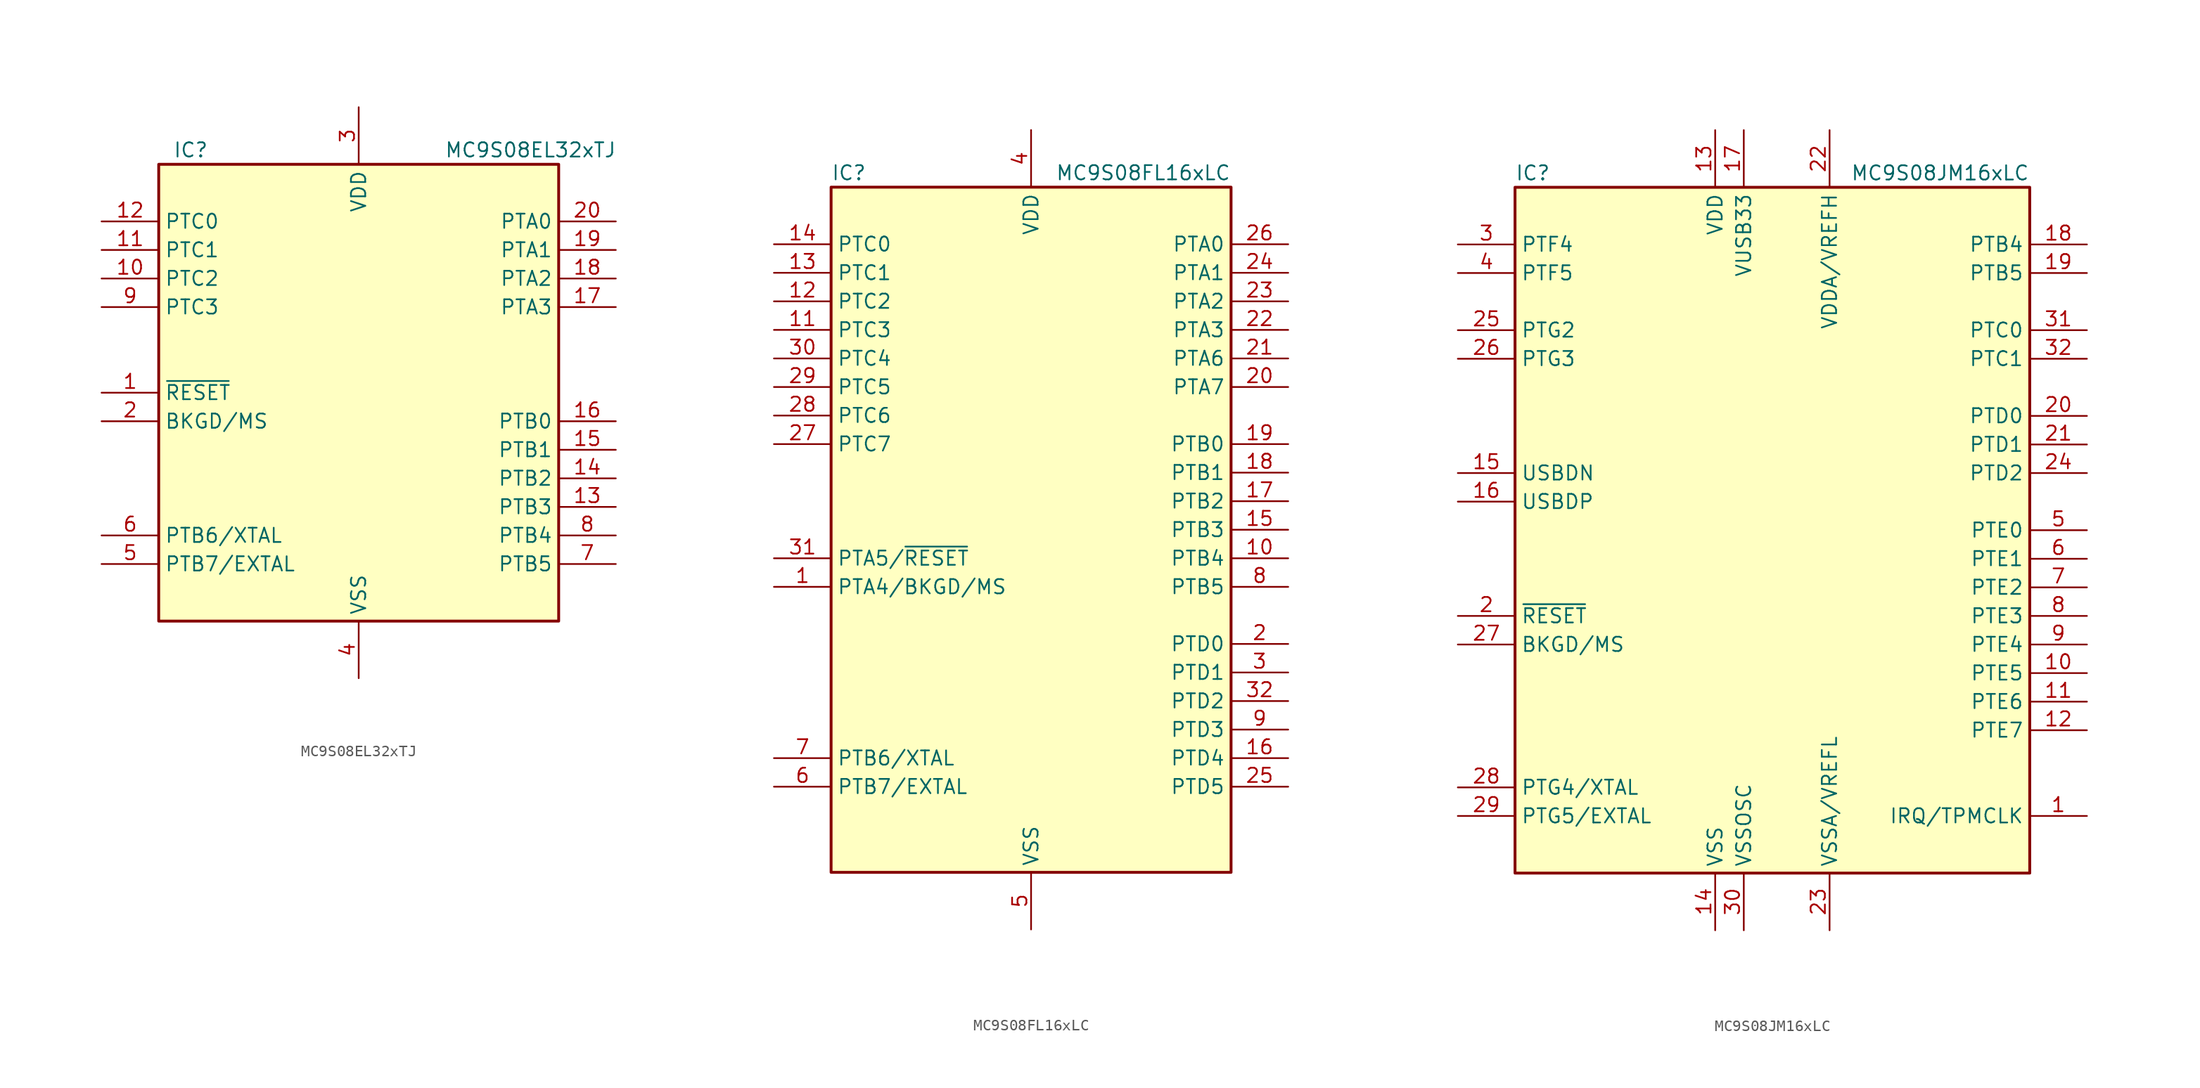
<source format=kicad_sym>
(kicad_symbol_lib
  (version 20241209)
  (generator "kicad_symbol_editor")
  (generator_version "9.0")
  (symbol "MC9S08EL32xTJ"
    (property "Reference" "IC"
      (at -16.51 21.59 0)
      (effects (font (size 1.27 1.27)) (justify left)))
    (property "Value" "MC9S08EL32xTJ"
      (at 7.62 21.59 0)
      (effects (font (size 1.27 1.27)) (justify left)))
    (symbol "MC9S08EL32xTJ_0_1"
      (rectangle (start -17.78 20.32) (end 17.78 -20.32) (stroke (width 0.254) (type default)) (fill (type background))))
    (symbol "MC9S08EL32xTJ_1_1"
      (pin bidirectional line (at -22.86 15.24 0) (length 5.08) (name "PTC0" (effects (font (size 1.27 1.27)))) (number "12" (effects (font (size 1.27 1.27)))))
      (pin bidirectional line (at -22.86 12.7 0) (length 5.08) (name "PTC1" (effects (font (size 1.27 1.27)))) (number "11" (effects (font (size 1.27 1.27)))))
      (pin bidirectional line (at -22.86 10.16 0) (length 5.08) (name "PTC2" (effects (font (size 1.27 1.27)))) (number "10" (effects (font (size 1.27 1.27)))))
      (pin bidirectional line (at -22.86 7.62 0) (length 5.08) (name "PTC3" (effects (font (size 1.27 1.27)))) (number "9" (effects (font (size 1.27 1.27)))))
      (pin input line (at -22.86 0 0) (length 5.08) (name "~{RESET}" (effects (font (size 1.27 1.27)))) (number "1" (effects (font (size 1.27 1.27)))))
      (pin bidirectional line (at -22.86 -2.54 0) (length 5.08) (name "BKGD/MS" (effects (font (size 1.27 1.27)))) (number "2" (effects (font (size 1.27 1.27)))))
      (pin bidirectional line (at -22.86 -12.7 0) (length 5.08) (name "PTB6/XTAL" (effects (font (size 1.27 1.27)))) (number "6" (effects (font (size 1.27 1.27)))))
      (pin bidirectional line (at -22.86 -15.24 0) (length 5.08) (name "PTB7/EXTAL" (effects (font (size 1.27 1.27)))) (number "5" (effects (font (size 1.27 1.27)))))
      (pin power_in line (at 0 25.4 270) (length 5.08) (name "VDD" (effects (font (size 1.27 1.27)))) (number "3" (effects (font (size 1.27 1.27)))))
      (pin power_in line (at 0 -25.4 90) (length 5.08) (name "VSS" (effects (font (size 1.27 1.27)))) (number "4" (effects (font (size 1.27 1.27)))))
      (pin bidirectional line (at 22.86 15.24 180) (length 5.08) (name "PTA0" (effects (font (size 1.27 1.27)))) (number "20" (effects (font (size 1.27 1.27)))))
      (pin bidirectional line (at 22.86 12.7 180) (length 5.08) (name "PTA1" (effects (font (size 1.27 1.27)))) (number "19" (effects (font (size 1.27 1.27)))))
      (pin bidirectional line (at 22.86 10.16 180) (length 5.08) (name "PTA2" (effects (font (size 1.27 1.27)))) (number "18" (effects (font (size 1.27 1.27)))))
      (pin bidirectional line (at 22.86 7.62 180) (length 5.08) (name "PTA3" (effects (font (size 1.27 1.27)))) (number "17" (effects (font (size 1.27 1.27)))))
      (pin bidirectional line (at 22.86 -2.54 180) (length 5.08) (name "PTB0" (effects (font (size 1.27 1.27)))) (number "16" (effects (font (size 1.27 1.27)))))
      (pin bidirectional line (at 22.86 -5.08 180) (length 5.08) (name "PTB1" (effects (font (size 1.27 1.27)))) (number "15" (effects (font (size 1.27 1.27)))))
      (pin bidirectional line (at 22.86 -7.62 180) (length 5.08) (name "PTB2" (effects (font (size 1.27 1.27)))) (number "14" (effects (font (size 1.27 1.27)))))
      (pin bidirectional line (at 22.86 -10.16 180) (length 5.08) (name "PTB3" (effects (font (size 1.27 1.27)))) (number "13" (effects (font (size 1.27 1.27)))))
      (pin bidirectional line (at 22.86 -12.7 180) (length 5.08) (name "PTB4" (effects (font (size 1.27 1.27)))) (number "8" (effects (font (size 1.27 1.27)))))
      (pin bidirectional line (at 22.86 -15.24 180) (length 5.08) (name "PTB5" (effects (font (size 1.27 1.27)))) (number "7" (effects (font (size 1.27 1.27)))))))
  (symbol "MC9S08FL16xLC"
    (property "Reference" "IC"
      (at -17.78 31.75 0)
      (effects (font (size 1.27 1.27)) (justify left)))
    (property "Value" "MC9S08FL16xLC"
      (at 17.78 31.75 0)
      (effects (font (size 1.27 1.27)) (justify right)))
    (symbol "MC9S08FL16xLC_0_1"
      (rectangle (start -17.78 30.48) (end 17.78 -30.48) (stroke (width 0.254) (type default)) (fill (type background))))
    (symbol "MC9S08FL16xLC_1_1"
      (pin bidirectional line (at -22.86 25.4 0) (length 5.08) (name "PTC0" (effects (font (size 1.27 1.27)))) (number "14" (effects (font (size 1.27 1.27)))))
      (pin bidirectional line (at -22.86 22.86 0) (length 5.08) (name "PTC1" (effects (font (size 1.27 1.27)))) (number "13" (effects (font (size 1.27 1.27)))))
      (pin bidirectional line (at -22.86 20.32 0) (length 5.08) (name "PTC2" (effects (font (size 1.27 1.27)))) (number "12" (effects (font (size 1.27 1.27)))))
      (pin bidirectional line (at -22.86 17.78 0) (length 5.08) (name "PTC3" (effects (font (size 1.27 1.27)))) (number "11" (effects (font (size 1.27 1.27)))))
      (pin bidirectional line (at -22.86 15.24 0) (length 5.08) (name "PTC4" (effects (font (size 1.27 1.27)))) (number "30" (effects (font (size 1.27 1.27)))))
      (pin bidirectional line (at -22.86 12.7 0) (length 5.08) (name "PTC5" (effects (font (size 1.27 1.27)))) (number "29" (effects (font (size 1.27 1.27)))))
      (pin bidirectional line (at -22.86 10.16 0) (length 5.08) (name "PTC6" (effects (font (size 1.27 1.27)))) (number "28" (effects (font (size 1.27 1.27)))))
      (pin bidirectional line (at -22.86 7.62 0) (length 5.08) (name "PTC7" (effects (font (size 1.27 1.27)))) (number "27" (effects (font (size 1.27 1.27)))))
      (pin bidirectional line (at -22.86 -2.54 0) (length 5.08) (name "PTA5/~{RESET}" (effects (font (size 1.27 1.27)))) (number "31" (effects (font (size 1.27 1.27)))))
      (pin bidirectional line (at -22.86 -5.08 0) (length 5.08) (name "PTA4/BKGD/MS" (effects (font (size 1.27 1.27)))) (number "1" (effects (font (size 1.27 1.27)))))
      (pin bidirectional line (at -22.86 -20.32 0) (length 5.08) (name "PTB6/XTAL" (effects (font (size 1.27 1.27)))) (number "7" (effects (font (size 1.27 1.27)))))
      (pin bidirectional line (at -22.86 -22.86 0) (length 5.08) (name "PTB7/EXTAL" (effects (font (size 1.27 1.27)))) (number "6" (effects (font (size 1.27 1.27)))))
      (pin power_in line (at 0 35.56 270) (length 5.08) (name "VDD" (effects (font (size 1.27 1.27)))) (number "4" (effects (font (size 1.27 1.27)))))
      (pin power_in line (at 0 -35.56 90) (length 5.08) (name "VSS" (effects (font (size 1.27 1.27)))) (number "5" (effects (font (size 1.27 1.27)))))
      (pin bidirectional line (at 22.86 25.4 180) (length 5.08) (name "PTA0" (effects (font (size 1.27 1.27)))) (number "26" (effects (font (size 1.27 1.27)))))
      (pin bidirectional line (at 22.86 22.86 180) (length 5.08) (name "PTA1" (effects (font (size 1.27 1.27)))) (number "24" (effects (font (size 1.27 1.27)))))
      (pin bidirectional line (at 22.86 20.32 180) (length 5.08) (name "PTA2" (effects (font (size 1.27 1.27)))) (number "23" (effects (font (size 1.27 1.27)))))
      (pin bidirectional line (at 22.86 17.78 180) (length 5.08) (name "PTA3" (effects (font (size 1.27 1.27)))) (number "22" (effects (font (size 1.27 1.27)))))
      (pin bidirectional line (at 22.86 15.24 180) (length 5.08) (name "PTA6" (effects (font (size 1.27 1.27)))) (number "21" (effects (font (size 1.27 1.27)))))
      (pin bidirectional line (at 22.86 12.7 180) (length 5.08) (name "PTA7" (effects (font (size 1.27 1.27)))) (number "20" (effects (font (size 1.27 1.27)))))
      (pin bidirectional line (at 22.86 7.62 180) (length 5.08) (name "PTB0" (effects (font (size 1.27 1.27)))) (number "19" (effects (font (size 1.27 1.27)))))
      (pin bidirectional line (at 22.86 5.08 180) (length 5.08) (name "PTB1" (effects (font (size 1.27 1.27)))) (number "18" (effects (font (size 1.27 1.27)))))
      (pin bidirectional line (at 22.86 2.54 180) (length 5.08) (name "PTB2" (effects (font (size 1.27 1.27)))) (number "17" (effects (font (size 1.27 1.27)))))
      (pin bidirectional line (at 22.86 0 180) (length 5.08) (name "PTB3" (effects (font (size 1.27 1.27)))) (number "15" (effects (font (size 1.27 1.27)))))
      (pin bidirectional line (at 22.86 -2.54 180) (length 5.08) (name "PTB4" (effects (font (size 1.27 1.27)))) (number "10" (effects (font (size 1.27 1.27)))))
      (pin bidirectional line (at 22.86 -5.08 180) (length 5.08) (name "PTB5" (effects (font (size 1.27 1.27)))) (number "8" (effects (font (size 1.27 1.27)))))
      (pin bidirectional line (at 22.86 -10.16 180) (length 5.08) (name "PTD0" (effects (font (size 1.27 1.27)))) (number "2" (effects (font (size 1.27 1.27)))))
      (pin bidirectional line (at 22.86 -12.7 180) (length 5.08) (name "PTD1" (effects (font (size 1.27 1.27)))) (number "3" (effects (font (size 1.27 1.27)))))
      (pin bidirectional line (at 22.86 -15.24 180) (length 5.08) (name "PTD2" (effects (font (size 1.27 1.27)))) (number "32" (effects (font (size 1.27 1.27)))))
      (pin bidirectional line (at 22.86 -17.78 180) (length 5.08) (name "PTD3" (effects (font (size 1.27 1.27)))) (number "9" (effects (font (size 1.27 1.27)))))
      (pin bidirectional line (at 22.86 -20.32 180) (length 5.08) (name "PTD4" (effects (font (size 1.27 1.27)))) (number "16" (effects (font (size 1.27 1.27)))))
      (pin bidirectional line (at 22.86 -22.86 180) (length 5.08) (name "PTD5" (effects (font (size 1.27 1.27)))) (number "25" (effects (font (size 1.27 1.27)))))))
  (symbol "MC9S08JM16xLC"
    (property "Reference" "IC"
      (at -22.86 31.75 0)
      (effects (font (size 1.27 1.27)) (justify left)))
    (property "Value" "MC9S08JM16xLC"
      (at 22.86 31.75 0)
      (effects (font (size 1.27 1.27)) (justify right)))
    (symbol "MC9S08JM16xLC_0_1"
      (rectangle (start -22.86 30.48) (end 22.86 -30.48) (stroke (width 0.254) (type default)) (fill (type background))))
    (symbol "MC9S08JM16xLC_1_1"
      (pin bidirectional line (at -27.94 25.4 0) (length 5.08) (name "PTF4" (effects (font (size 1.27 1.27)))) (number "3" (effects (font (size 1.27 1.27)))))
      (pin bidirectional line (at -27.94 22.86 0) (length 5.08) (name "PTF5" (effects (font (size 1.27 1.27)))) (number "4" (effects (font (size 1.27 1.27)))))
      (pin bidirectional line (at -27.94 17.78 0) (length 5.08) (name "PTG2" (effects (font (size 1.27 1.27)))) (number "25" (effects (font (size 1.27 1.27)))))
      (pin bidirectional line (at -27.94 15.24 0) (length 5.08) (name "PTG3" (effects (font (size 1.27 1.27)))) (number "26" (effects (font (size 1.27 1.27)))))
      (pin bidirectional line (at -27.94 5.08 0) (length 5.08) (name "USBDN" (effects (font (size 1.27 1.27)))) (number "15" (effects (font (size 1.27 1.27)))))
      (pin bidirectional line (at -27.94 2.54 0) (length 5.08) (name "USBDP" (effects (font (size 1.27 1.27)))) (number "16" (effects (font (size 1.27 1.27)))))
      (pin input line (at -27.94 -7.62 0) (length 5.08) (name "~{RESET}" (effects (font (size 1.27 1.27)))) (number "2" (effects (font (size 1.27 1.27)))))
      (pin bidirectional line (at -27.94 -10.16 0) (length 5.08) (name "BKGD/MS" (effects (font (size 1.27 1.27)))) (number "27" (effects (font (size 1.27 1.27)))))
      (pin bidirectional line (at -27.94 -22.86 0) (length 5.08) (name "PTG4/XTAL" (effects (font (size 1.27 1.27)))) (number "28" (effects (font (size 1.27 1.27)))))
      (pin bidirectional line (at -27.94 -25.4 0) (length 5.08) (name "PTG5/EXTAL" (effects (font (size 1.27 1.27)))) (number "29" (effects (font (size 1.27 1.27)))))
      (pin power_in line (at -5.08 35.56 270) (length 5.08) (name "VDD" (effects (font (size 1.27 1.27)))) (number "13" (effects (font (size 1.27 1.27)))))
      (pin power_in line (at -5.08 -35.56 90) (length 5.08) (name "VSS" (effects (font (size 1.27 1.27)))) (number "14" (effects (font (size 1.27 1.27)))))
      (pin power_out line (at -2.54 35.56 270) (length 5.08) (name "VUSB33" (effects (font (size 1.27 1.27)))) (number "17" (effects (font (size 1.27 1.27)))))
      (pin power_in line (at -2.54 -35.56 90) (length 5.08) (name "VSSOSC" (effects (font (size 1.27 1.27)))) (number "30" (effects (font (size 1.27 1.27)))))
      (pin power_in line (at 5.08 35.56 270) (length 5.08) (name "VDDA/VREFH" (effects (font (size 1.27 1.27)))) (number "22" (effects (font (size 1.27 1.27)))))
      (pin power_in line (at 5.08 -35.56 90) (length 5.08) (name "VSSA/VREFL" (effects (font (size 1.27 1.27)))) (number "23" (effects (font (size 1.27 1.27)))))
      (pin bidirectional line (at 27.94 25.4 180) (length 5.08) (name "PTB4" (effects (font (size 1.27 1.27)))) (number "18" (effects (font (size 1.27 1.27)))))
      (pin bidirectional line (at 27.94 22.86 180) (length 5.08) (name "PTB5" (effects (font (size 1.27 1.27)))) (number "19" (effects (font (size 1.27 1.27)))))
      (pin bidirectional line (at 27.94 17.78 180) (length 5.08) (name "PTC0" (effects (font (size 1.27 1.27)))) (number "31" (effects (font (size 1.27 1.27)))))
      (pin bidirectional line (at 27.94 15.24 180) (length 5.08) (name "PTC1" (effects (font (size 1.27 1.27)))) (number "32" (effects (font (size 1.27 1.27)))))
      (pin bidirectional line (at 27.94 10.16 180) (length 5.08) (name "PTD0" (effects (font (size 1.27 1.27)))) (number "20" (effects (font (size 1.27 1.27)))))
      (pin bidirectional line (at 27.94 7.62 180) (length 5.08) (name "PTD1" (effects (font (size 1.27 1.27)))) (number "21" (effects (font (size 1.27 1.27)))))
      (pin bidirectional line (at 27.94 5.08 180) (length 5.08) (name "PTD2" (effects (font (size 1.27 1.27)))) (number "24" (effects (font (size 1.27 1.27)))))
      (pin bidirectional line (at 27.94 0 180) (length 5.08) (name "PTE0" (effects (font (size 1.27 1.27)))) (number "5" (effects (font (size 1.27 1.27)))))
      (pin bidirectional line (at 27.94 -2.54 180) (length 5.08) (name "PTE1" (effects (font (size 1.27 1.27)))) (number "6" (effects (font (size 1.27 1.27)))))
      (pin bidirectional line (at 27.94 -5.08 180) (length 5.08) (name "PTE2" (effects (font (size 1.27 1.27)))) (number "7" (effects (font (size 1.27 1.27)))))
      (pin bidirectional line (at 27.94 -7.62 180) (length 5.08) (name "PTE3" (effects (font (size 1.27 1.27)))) (number "8" (effects (font (size 1.27 1.27)))))
      (pin bidirectional line (at 27.94 -10.16 180) (length 5.08) (name "PTE4" (effects (font (size 1.27 1.27)))) (number "9" (effects (font (size 1.27 1.27)))))
      (pin bidirectional line (at 27.94 -12.7 180) (length 5.08) (name "PTE5" (effects (font (size 1.27 1.27)))) (number "10" (effects (font (size 1.27 1.27)))))
      (pin bidirectional line (at 27.94 -15.24 180) (length 5.08) (name "PTE6" (effects (font (size 1.27 1.27)))) (number "11" (effects (font (size 1.27 1.27)))))
      (pin bidirectional line (at 27.94 -17.78 180) (length 5.08) (name "PTE7" (effects (font (size 1.27 1.27)))) (number "12" (effects (font (size 1.27 1.27)))))
      (pin bidirectional line (at 27.94 -25.4 180) (length 5.08) (name "IRQ/TPMCLK" (effects (font (size 1.27 1.27)))) (number "1" (effects (font (size 1.27 1.27))))))))
</source>
